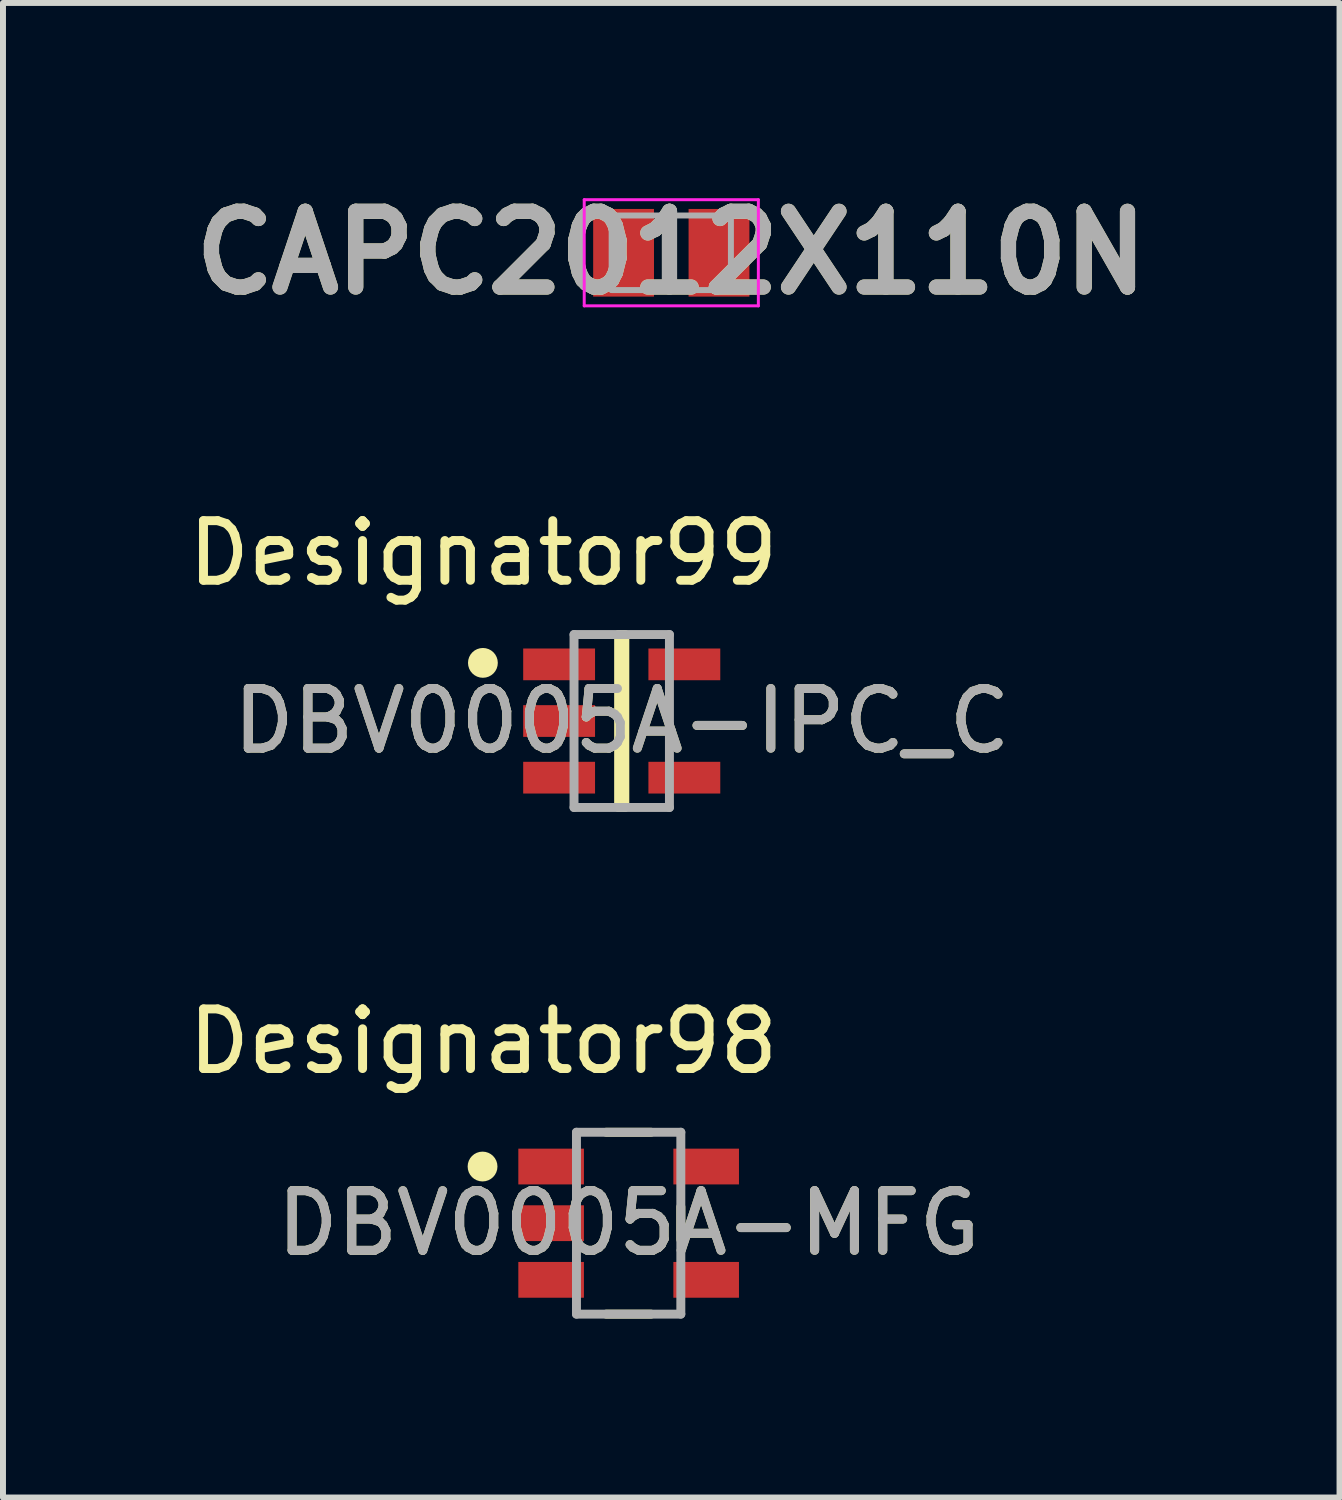
<source format=kicad_pcb>
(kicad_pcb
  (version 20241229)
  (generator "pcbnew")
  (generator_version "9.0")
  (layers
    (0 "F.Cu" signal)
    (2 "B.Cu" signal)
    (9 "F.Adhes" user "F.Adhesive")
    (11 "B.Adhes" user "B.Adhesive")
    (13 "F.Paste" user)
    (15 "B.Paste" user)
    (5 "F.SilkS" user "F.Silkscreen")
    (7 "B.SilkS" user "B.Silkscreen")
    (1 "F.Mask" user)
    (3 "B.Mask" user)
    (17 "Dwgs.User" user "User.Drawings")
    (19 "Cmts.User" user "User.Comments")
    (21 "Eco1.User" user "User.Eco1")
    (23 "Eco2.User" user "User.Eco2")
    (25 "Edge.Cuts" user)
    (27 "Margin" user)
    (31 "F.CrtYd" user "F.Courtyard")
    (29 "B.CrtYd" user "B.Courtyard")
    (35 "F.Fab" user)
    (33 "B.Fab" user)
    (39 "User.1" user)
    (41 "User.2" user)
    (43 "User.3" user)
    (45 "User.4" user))
  (footprint "DBV0005A-IPC_C"
    (layer "F.Cu")
    (at 7.376 9.041)
    (property "Reference" "DBV0005A-IPC_C" (at 0 0 0) (unlocked yes) (layer "F.SilkS") (effects (font (size 1 1) (thickness 0.15))))
    (attr smd)
    (fp_line (start -0.052 -1.45) (end 0.052 -1.45) (stroke (width 0.15) (type solid)) (layer "F.SilkS"))
    (fp_line (start -0.052 1.45) (end -0.052 -1.45) (stroke (width 0.15) (type solid)) (layer "F.SilkS"))
    (fp_line (start -0.052 1.45) (end 0.052 1.45) (stroke (width 0.15) (type solid)) (layer "F.SilkS"))
    (fp_line (start 0.052 1.45) (end 0.052 -1.45) (stroke (width 0.15) (type solid)) (layer "F.SilkS"))
    (fp_circle (center -2.328 -0.975) (end -2.203 -0.975) (stroke (width 0.25) (type solid)) (fill no) (layer "F.SilkS"))
    (fp_line (start -0.8 -1.45) (end 0.8 -1.45) (stroke (width 0.15) (type solid)) (layer "F.Fab"))
    (fp_line (start -0.8 1.45) (end -0.8 -1.45) (stroke (width 0.15) (type solid)) (layer "F.Fab"))
    (fp_line (start -0.8 1.45) (end 0.8 1.45) (stroke (width 0.15) (type solid)) (layer "F.Fab"))
    (fp_line (start 0.8 1.45) (end 0.8 -1.45) (stroke (width 0.15) (type solid)) (layer "F.Fab"))
    (fp_text user "Designator99" (at -2.323 -2.815 0) (unlocked yes) (layer "F.SilkS") (effects (font (size 1 1) (thickness 0.15))))
    (fp_text user "${REFERENCE}" (at 0 0 0) (unlocked yes) (layer "F.Fab") (effects (font (size 1 1) (thickness 0.15))))
    (pad "1" smd rect (at -1.05 -0.95) (size 1.205 0.532) (layers "F.Cu" "F.Mask" "F.Paste"))
    (pad "2" smd rect (at -1.05 0) (size 1.205 0.532) (layers "F.Cu" "F.Mask" "F.Paste"))
    (pad "3" smd rect (at -1.05 0.95) (size 1.205 0.532) (layers "F.Cu" "F.Mask" "F.Paste"))
    (pad "4" smd rect (at 1.05 0.95) (size 1.205 0.532) (layers "F.Cu" "F.Mask" "F.Paste"))
    (pad "5" smd rect (at 1.05 -0.95) (size 1.205 0.532) (layers "F.Cu" "F.Mask" "F.Paste")))
  (footprint "DBV0005A-MFG"
    (layer "F.Cu")
    (at 7.492 17.462)
    (property "Reference" "DBV0005A-MFG" (at 0 0 0) (unlocked yes) (layer "F.SilkS") (effects (font (size 1 1) (thickness 0.15))))
    (attr smd)
    (fp_line (start -0.375 -1.525) (end 0.375 -1.525) (stroke (width 0.15) (type solid)) (layer "F.SilkS"))
    (fp_line (start -0.375 1.525) (end 0.375 1.525) (stroke (width 0.15) (type solid)) (layer "F.SilkS"))
    (fp_line (start 0.875 0.275) (end 0.875 -0.275) (stroke (width 0.15) (type solid)) (layer "F.SilkS"))
    (fp_circle (center -2.45 -0.95) (end -2.325 -0.95) (stroke (width 0.25) (type solid)) (fill no) (layer "F.SilkS"))
    (fp_line (start -0.875 -1.525) (end 0.875 -1.525) (stroke (width 0.15) (type solid)) (layer "F.Fab"))
    (fp_line (start -0.875 1.525) (end -0.875 -1.525) (stroke (width 0.15) (type solid)) (layer "F.Fab"))
    (fp_line (start -0.875 1.525) (end 0.875 1.525) (stroke (width 0.15) (type solid)) (layer "F.Fab"))
    (fp_line (start 0.875 1.525) (end 0.875 -1.525) (stroke (width 0.15) (type solid)) (layer "F.Fab"))
    (fp_text user "Designator98" (at -2.438 -3.048 0) (unlocked yes) (layer "F.SilkS") (effects (font (size 1 1) (thickness 0.15))))
    (fp_text user "${REFERENCE}" (at 0 0 0) (unlocked yes) (layer "F.Fab") (effects (font (size 1 1) (thickness 0.15))))
    (pad "1" smd rect (at -1.3 -0.95) (size 1.1 0.6) (layers "F.Cu" "F.Mask" "F.Paste"))
    (pad "2" smd rect (at -1.3 0) (size 1.1 0.6) (layers "F.Cu" "F.Mask" "F.Paste"))
    (pad "3" smd rect (at -1.3 0.95) (size 1.1 0.6) (layers "F.Cu" "F.Mask" "F.Paste"))
    (pad "4" smd rect (at 1.3 0.95) (size 1.1 0.6) (layers "F.Cu" "F.Mask" "F.Paste"))
    (pad "5" smd rect (at 1.3 -0.95) (size 1.1 0.6) (layers "F.Cu" "F.Mask" "F.Paste")))
  (footprint "CAPC2012X110N"
    (layer "F.Cu")
    (at 8.207 1.189)
    (property "Reference" "CAPC2012X110N" (at 0 0 0) (layer "F.SilkS") (effects (font (size 1.27 1.27) (thickness 0.254))))
    (attr smd)
    (fp_line (start -1.46 -0.89) (end 1.46 -0.89) (stroke (width 0.05) (type solid)) (layer "F.CrtYd"))
    (fp_line (start -1.46 0.89) (end -1.46 -0.89) (stroke (width 0.05) (type solid)) (layer "F.CrtYd"))
    (fp_line (start 1.46 -0.89) (end 1.46 0.89) (stroke (width 0.05) (type solid)) (layer "F.CrtYd"))
    (fp_line (start 1.46 0.89) (end -1.46 0.89) (stroke (width 0.05) (type solid)) (layer "F.CrtYd"))
    (fp_line (start -1 -0.625) (end 1 -0.625) (stroke (width 0.1) (type solid)) (layer "F.Fab"))
    (fp_line (start -1 0.625) (end -1 -0.625) (stroke (width 0.1) (type solid)) (layer "F.Fab"))
    (fp_line (start 1 -0.625) (end 1 0.625) (stroke (width 0.1) (type solid)) (layer "F.Fab"))
    (fp_line (start 1 0.625) (end -1 0.625) (stroke (width 0.1) (type solid)) (layer "F.Fab"))
    (fp_text user "${REFERENCE}" (at 0 0 0) (layer "F.Fab") (effects (font (size 1.27 1.27) (thickness 0.254))))
    (pad "1" smd rect (at -0.8 0) (size 1.02 1.47) (layers "F.Cu" "F.Mask" "F.Paste"))
    (pad "2" smd rect (at 0.8 0) (size 1.02 1.47) (layers "F.Cu" "F.Mask" "F.Paste")))
  (gr_rect
    (start -3 -3)
    (end 19.413 22.062)
    (stroke (width 0.1) (type default))
    (fill no)
    (layer "Edge.Cuts")))
</source>
